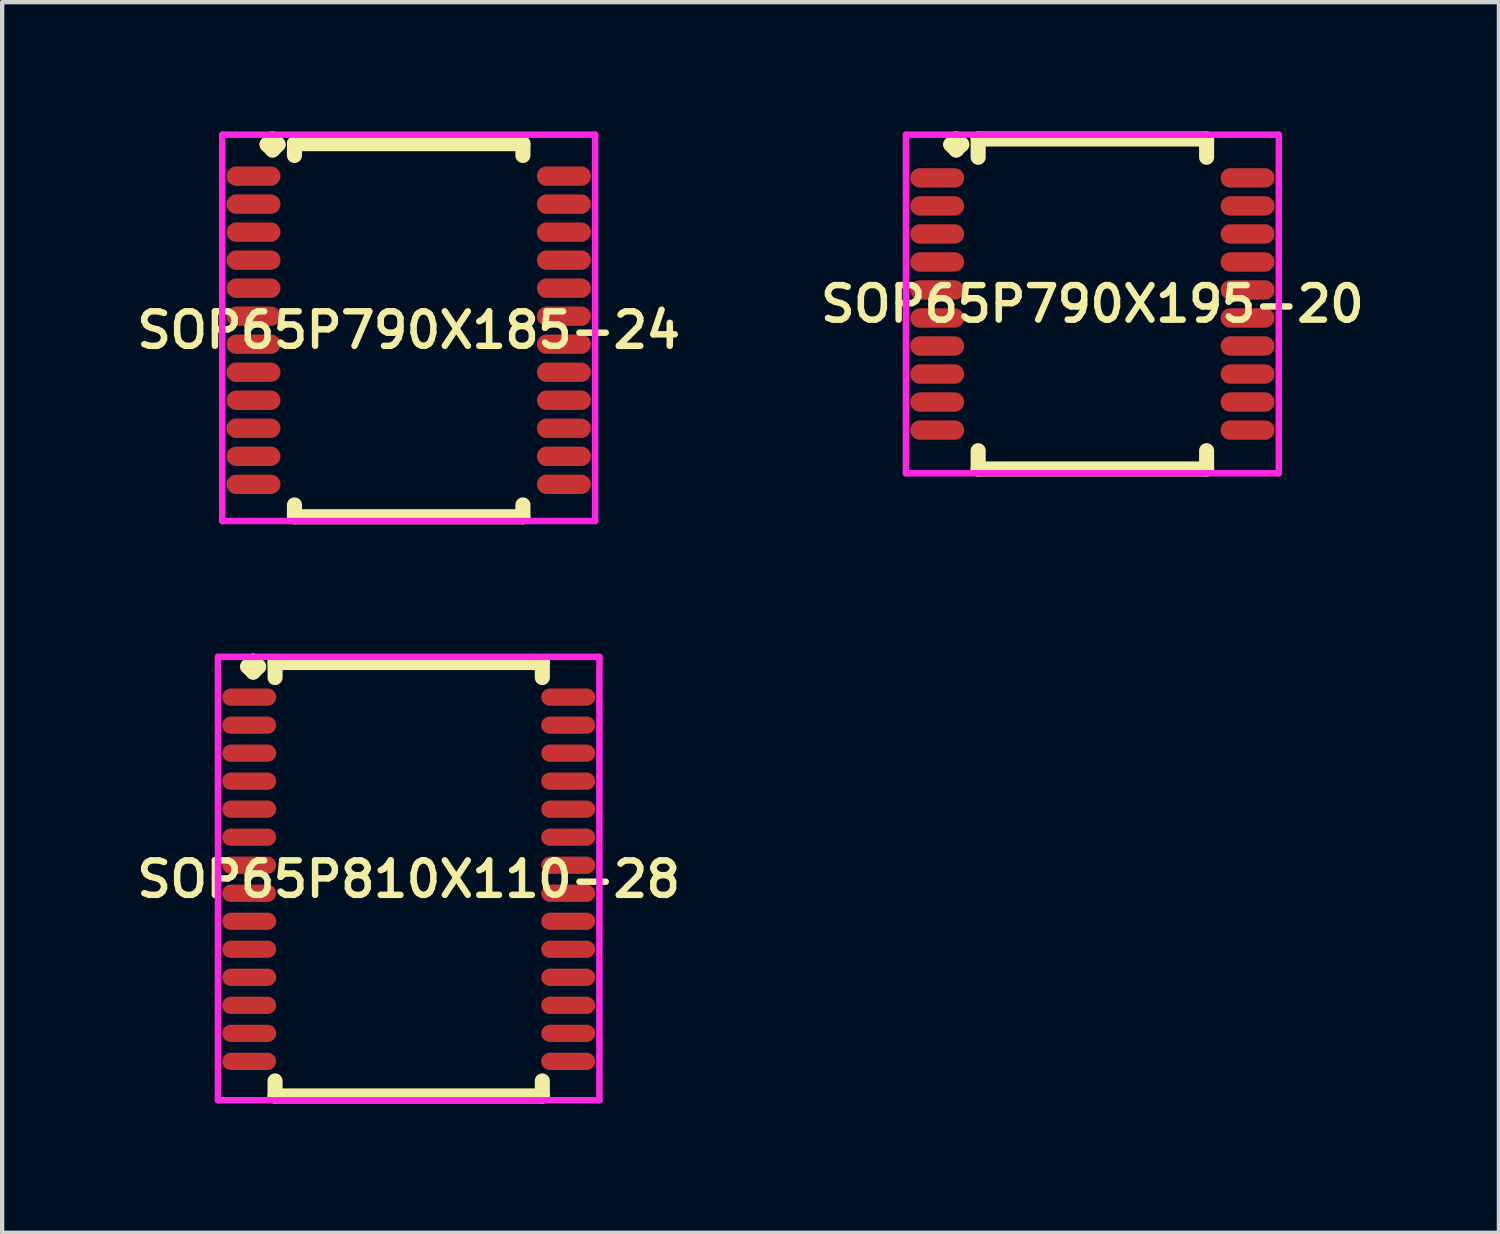
<source format=kicad_pcb>
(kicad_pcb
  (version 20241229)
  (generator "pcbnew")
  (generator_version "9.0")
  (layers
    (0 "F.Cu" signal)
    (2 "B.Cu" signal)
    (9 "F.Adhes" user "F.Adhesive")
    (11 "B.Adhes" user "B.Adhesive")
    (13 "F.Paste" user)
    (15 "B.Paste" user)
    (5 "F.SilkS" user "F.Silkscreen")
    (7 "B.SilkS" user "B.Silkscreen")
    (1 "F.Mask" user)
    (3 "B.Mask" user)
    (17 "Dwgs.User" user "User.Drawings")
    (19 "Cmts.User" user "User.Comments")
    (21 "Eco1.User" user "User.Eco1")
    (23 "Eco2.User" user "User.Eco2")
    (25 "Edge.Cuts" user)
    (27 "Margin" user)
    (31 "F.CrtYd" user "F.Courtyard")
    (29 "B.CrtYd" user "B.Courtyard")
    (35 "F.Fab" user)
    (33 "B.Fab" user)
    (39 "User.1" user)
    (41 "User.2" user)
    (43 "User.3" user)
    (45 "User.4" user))
  (footprint "SOP65P810X110-28"
    (layer "F.Cu")
    (at 6.431 17.347)
    (property "Reference" "SOP65P810X110-28" (at 0 0 0) (layer "F.SilkS") (effects (font (size 0.8 0.8) (thickness 0.15))))
    (attr smd)
    (fp_line (start -3.735 -4.933) (end -3.608 -5.06) (stroke (width 0.35) (type solid)) (layer "F.SilkS"))
    (fp_line (start -3.608 -5.06) (end -3.481 -4.933) (stroke (width 0.35) (type solid)) (layer "F.SilkS"))
    (fp_line (start -3.608 -4.806) (end -3.735 -4.933) (stroke (width 0.35) (type solid)) (layer "F.SilkS"))
    (fp_line (start -3.481 -4.933) (end -3.608 -4.806) (stroke (width 0.35) (type solid)) (layer "F.SilkS"))
    (fp_line (start -3.1 -5.027) (end 3.1 -5.027) (stroke (width 0.35) (type solid)) (layer "F.SilkS"))
    (fp_line (start -3.1 -4.679) (end -3.1 -5.027) (stroke (width 0.35) (type solid)) (layer "F.SilkS"))
    (fp_line (start -3.1 4.679) (end -3.1 5.027) (stroke (width 0.35) (type solid)) (layer "F.SilkS"))
    (fp_line (start -3.1 5.027) (end 3.1 5.027) (stroke (width 0.35) (type solid)) (layer "F.SilkS"))
    (fp_line (start 3.1 -5.027) (end 3.1 -4.679) (stroke (width 0.35) (type solid)) (layer "F.SilkS"))
    (fp_line (start 3.1 5.027) (end 3.1 4.679) (stroke (width 0.35) (type solid)) (layer "F.SilkS"))
    (fp_line (start -4.425 -5.16) (end 4.425 -5.16) (stroke (width 0.15) (type solid)) (layer "F.CrtYd"))
    (fp_line (start -4.425 5.127) (end -4.425 -5.16) (stroke (width 0.15) (type solid)) (layer "F.CrtYd"))
    (fp_line (start 4.425 -5.16) (end 4.425 5.127) (stroke (width 0.15) (type solid)) (layer "F.CrtYd"))
    (fp_line (start 4.425 5.127) (end -4.425 5.127) (stroke (width 0.15) (type solid)) (layer "F.CrtYd"))
    (pad "1" smd oval (at -3.7 -4.225) (size 1.25 0.4) (layers "F.Cu" "F.Mask" "F.Paste"))
    (pad "2" smd oval (at -3.7 -3.575) (size 1.25 0.4) (layers "F.Cu" "F.Mask" "F.Paste"))
    (pad "3" smd oval (at -3.7 -2.925) (size 1.25 0.4) (layers "F.Cu" "F.Mask" "F.Paste"))
    (pad "4" smd oval (at -3.7 -2.275) (size 1.25 0.4) (layers "F.Cu" "F.Mask" "F.Paste"))
    (pad "5" smd oval (at -3.7 -1.625) (size 1.25 0.4) (layers "F.Cu" "F.Mask" "F.Paste"))
    (pad "6" smd oval (at -3.7 -0.975) (size 1.25 0.4) (layers "F.Cu" "F.Mask" "F.Paste"))
    (pad "7" smd oval (at -3.7 -0.325) (size 1.25 0.4) (layers "F.Cu" "F.Mask" "F.Paste"))
    (pad "8" smd oval (at -3.7 0.325) (size 1.25 0.4) (layers "F.Cu" "F.Mask" "F.Paste"))
    (pad "9" smd oval (at -3.7 0.975) (size 1.25 0.4) (layers "F.Cu" "F.Mask" "F.Paste"))
    (pad "10" smd oval (at -3.7 1.625) (size 1.25 0.4) (layers "F.Cu" "F.Mask" "F.Paste"))
    (pad "11" smd oval (at -3.7 2.275) (size 1.25 0.4) (layers "F.Cu" "F.Mask" "F.Paste"))
    (pad "12" smd oval (at -3.7 2.925) (size 1.25 0.4) (layers "F.Cu" "F.Mask" "F.Paste"))
    (pad "13" smd oval (at -3.7 3.575) (size 1.25 0.4) (layers "F.Cu" "F.Mask" "F.Paste"))
    (pad "14" smd oval (at -3.7 4.225) (size 1.25 0.4) (layers "F.Cu" "F.Mask" "F.Paste"))
    (pad "15" smd oval (at 3.7 4.225) (size 1.25 0.4) (layers "F.Cu" "F.Mask" "F.Paste"))
    (pad "16" smd oval (at 3.7 3.575) (size 1.25 0.4) (layers "F.Cu" "F.Mask" "F.Paste"))
    (pad "17" smd oval (at 3.7 2.925) (size 1.25 0.4) (layers "F.Cu" "F.Mask" "F.Paste"))
    (pad "18" smd oval (at 3.7 2.275) (size 1.25 0.4) (layers "F.Cu" "F.Mask" "F.Paste"))
    (pad "19" smd oval (at 3.7 1.625) (size 1.25 0.4) (layers "F.Cu" "F.Mask" "F.Paste"))
    (pad "20" smd oval (at 3.7 0.975) (size 1.25 0.4) (layers "F.Cu" "F.Mask" "F.Paste"))
    (pad "21" smd oval (at 3.7 0.325) (size 1.25 0.4) (layers "F.Cu" "F.Mask" "F.Paste"))
    (pad "22" smd oval (at 3.7 -0.325) (size 1.25 0.4) (layers "F.Cu" "F.Mask" "F.Paste"))
    (pad "23" smd oval (at 3.7 -0.975) (size 1.25 0.4) (layers "F.Cu" "F.Mask" "F.Paste"))
    (pad "24" smd oval (at 3.7 -1.625) (size 1.25 0.4) (layers "F.Cu" "F.Mask" "F.Paste"))
    (pad "25" smd oval (at 3.7 -2.275) (size 1.25 0.4) (layers "F.Cu" "F.Mask" "F.Paste"))
    (pad "26" smd oval (at 3.7 -2.925) (size 1.25 0.4) (layers "F.Cu" "F.Mask" "F.Paste"))
    (pad "27" smd oval (at 3.7 -3.575) (size 1.25 0.4) (layers "F.Cu" "F.Mask" "F.Paste"))
    (pad "28" smd oval (at 3.7 -4.225) (size 1.25 0.4) (layers "F.Cu" "F.Mask" "F.Paste")))
  (footprint "SOP65P790X195-20"
    (layer "F.Cu")
    (at 22.292 4.002)
    (property "Reference" "SOP65P790X195-20" (at 0 0 0) (layer "F.SilkS") (effects (font (size 0.8 0.8) (thickness 0.15))))
    (attr smd)
    (fp_line (start -3.285 -3.7) (end -3.158 -3.827) (stroke (width 0.35) (type solid)) (layer "F.SilkS"))
    (fp_line (start -3.158 -3.827) (end -3.031 -3.7) (stroke (width 0.35) (type solid)) (layer "F.SilkS"))
    (fp_line (start -3.158 -3.573) (end -3.285 -3.7) (stroke (width 0.35) (type solid)) (layer "F.SilkS"))
    (fp_line (start -3.031 -3.7) (end -3.158 -3.573) (stroke (width 0.35) (type solid)) (layer "F.SilkS"))
    (fp_line (start -2.65 -3.827) (end 2.65 -3.827) (stroke (width 0.35) (type solid)) (layer "F.SilkS"))
    (fp_line (start -2.65 -3.404) (end -2.65 -3.827) (stroke (width 0.35) (type solid)) (layer "F.SilkS"))
    (fp_line (start -2.65 3.404) (end -2.65 3.827) (stroke (width 0.35) (type solid)) (layer "F.SilkS"))
    (fp_line (start -2.65 3.827) (end 2.65 3.827) (stroke (width 0.35) (type solid)) (layer "F.SilkS"))
    (fp_line (start 2.65 -3.827) (end 2.65 -3.404) (stroke (width 0.35) (type solid)) (layer "F.SilkS"))
    (fp_line (start 2.65 3.827) (end 2.65 3.404) (stroke (width 0.35) (type solid)) (layer "F.SilkS"))
    (fp_line (start -4.325 -3.927) (end 4.325 -3.927) (stroke (width 0.15) (type solid)) (layer "F.CrtYd"))
    (fp_line (start -4.325 3.927) (end -4.325 -3.927) (stroke (width 0.15) (type solid)) (layer "F.CrtYd"))
    (fp_line (start 4.325 -3.927) (end 4.325 3.927) (stroke (width 0.15) (type solid)) (layer "F.CrtYd"))
    (fp_line (start 4.325 3.927) (end -4.325 3.927) (stroke (width 0.15) (type solid)) (layer "F.CrtYd"))
    (pad "1" smd oval (at -3.6 -2.925) (size 1.25 0.45) (layers "F.Cu" "F.Mask" "F.Paste"))
    (pad "2" smd oval (at -3.6 -2.275) (size 1.25 0.45) (layers "F.Cu" "F.Mask" "F.Paste"))
    (pad "3" smd oval (at -3.6 -1.625) (size 1.25 0.45) (layers "F.Cu" "F.Mask" "F.Paste"))
    (pad "4" smd oval (at -3.6 -0.975) (size 1.25 0.45) (layers "F.Cu" "F.Mask" "F.Paste"))
    (pad "5" smd oval (at -3.6 -0.325) (size 1.25 0.45) (layers "F.Cu" "F.Mask" "F.Paste"))
    (pad "6" smd oval (at -3.6 0.325) (size 1.25 0.45) (layers "F.Cu" "F.Mask" "F.Paste"))
    (pad "7" smd oval (at -3.6 0.975) (size 1.25 0.45) (layers "F.Cu" "F.Mask" "F.Paste"))
    (pad "8" smd oval (at -3.6 1.625) (size 1.25 0.45) (layers "F.Cu" "F.Mask" "F.Paste"))
    (pad "9" smd oval (at -3.6 2.275) (size 1.25 0.45) (layers "F.Cu" "F.Mask" "F.Paste"))
    (pad "10" smd oval (at -3.6 2.925) (size 1.25 0.45) (layers "F.Cu" "F.Mask" "F.Paste"))
    (pad "11" smd oval (at 3.6 2.925) (size 1.25 0.45) (layers "F.Cu" "F.Mask" "F.Paste"))
    (pad "12" smd oval (at 3.6 2.275) (size 1.25 0.45) (layers "F.Cu" "F.Mask" "F.Paste"))
    (pad "13" smd oval (at 3.6 1.625) (size 1.25 0.45) (layers "F.Cu" "F.Mask" "F.Paste"))
    (pad "14" smd oval (at 3.6 0.975) (size 1.25 0.45) (layers "F.Cu" "F.Mask" "F.Paste"))
    (pad "15" smd oval (at 3.6 0.325) (size 1.25 0.45) (layers "F.Cu" "F.Mask" "F.Paste"))
    (pad "16" smd oval (at 3.6 -0.325) (size 1.25 0.45) (layers "F.Cu" "F.Mask" "F.Paste"))
    (pad "17" smd oval (at 3.6 -0.975) (size 1.25 0.45) (layers "F.Cu" "F.Mask" "F.Paste"))
    (pad "18" smd oval (at 3.6 -1.625) (size 1.25 0.45) (layers "F.Cu" "F.Mask" "F.Paste"))
    (pad "19" smd oval (at 3.6 -2.275) (size 1.25 0.45) (layers "F.Cu" "F.Mask" "F.Paste"))
    (pad "20" smd oval (at 3.6 -2.925) (size 1.25 0.45) (layers "F.Cu" "F.Mask" "F.Paste")))
  (footprint "SOP65P790X185-24"
    (layer "F.Cu")
    (at 6.431 4.61)
    (property "Reference" "SOP65P790X185-24" (at 0 0 0) (layer "F.SilkS") (effects (font (size 0.8 0.8) (thickness 0.15))))
    (attr smd)
    (fp_line (start -3.285 -4.308) (end -3.158 -4.435) (stroke (width 0.35) (type solid)) (layer "F.SilkS"))
    (fp_line (start -3.158 -4.435) (end -3.031 -4.308) (stroke (width 0.35) (type solid)) (layer "F.SilkS"))
    (fp_line (start -3.158 -4.181) (end -3.285 -4.308) (stroke (width 0.35) (type solid)) (layer "F.SilkS"))
    (fp_line (start -3.031 -4.308) (end -3.158 -4.181) (stroke (width 0.35) (type solid)) (layer "F.SilkS"))
    (fp_line (start -2.65 -4.327) (end 2.65 -4.327) (stroke (width 0.35) (type solid)) (layer "F.SilkS"))
    (fp_line (start -2.65 -4.054) (end -2.65 -4.327) (stroke (width 0.35) (type solid)) (layer "F.SilkS"))
    (fp_line (start -2.65 4.054) (end -2.65 4.327) (stroke (width 0.35) (type solid)) (layer "F.SilkS"))
    (fp_line (start -2.65 4.327) (end 2.65 4.327) (stroke (width 0.35) (type solid)) (layer "F.SilkS"))
    (fp_line (start 2.65 -4.327) (end 2.65 -4.054) (stroke (width 0.35) (type solid)) (layer "F.SilkS"))
    (fp_line (start 2.65 4.327) (end 2.65 4.054) (stroke (width 0.35) (type solid)) (layer "F.SilkS"))
    (fp_line (start -4.325 -4.535) (end 4.325 -4.535) (stroke (width 0.15) (type solid)) (layer "F.CrtYd"))
    (fp_line (start -4.325 4.427) (end -4.325 -4.535) (stroke (width 0.15) (type solid)) (layer "F.CrtYd"))
    (fp_line (start 4.325 -4.535) (end 4.325 4.427) (stroke (width 0.15) (type solid)) (layer "F.CrtYd"))
    (fp_line (start 4.325 4.427) (end -4.325 4.427) (stroke (width 0.15) (type solid)) (layer "F.CrtYd"))
    (pad "1" smd oval (at -3.6 -3.575) (size 1.25 0.45) (layers "F.Cu" "F.Mask" "F.Paste"))
    (pad "2" smd oval (at -3.6 -2.925) (size 1.25 0.45) (layers "F.Cu" "F.Mask" "F.Paste"))
    (pad "3" smd oval (at -3.6 -2.275) (size 1.25 0.45) (layers "F.Cu" "F.Mask" "F.Paste"))
    (pad "4" smd oval (at -3.6 -1.625) (size 1.25 0.45) (layers "F.Cu" "F.Mask" "F.Paste"))
    (pad "5" smd oval (at -3.6 -0.975) (size 1.25 0.45) (layers "F.Cu" "F.Mask" "F.Paste"))
    (pad "6" smd oval (at -3.6 -0.325) (size 1.25 0.45) (layers "F.Cu" "F.Mask" "F.Paste"))
    (pad "7" smd oval (at -3.6 0.325) (size 1.25 0.45) (layers "F.Cu" "F.Mask" "F.Paste"))
    (pad "8" smd oval (at -3.6 0.975) (size 1.25 0.45) (layers "F.Cu" "F.Mask" "F.Paste"))
    (pad "9" smd oval (at -3.6 1.625) (size 1.25 0.45) (layers "F.Cu" "F.Mask" "F.Paste"))
    (pad "10" smd oval (at -3.6 2.275) (size 1.25 0.45) (layers "F.Cu" "F.Mask" "F.Paste"))
    (pad "11" smd oval (at -3.6 2.925) (size 1.25 0.45) (layers "F.Cu" "F.Mask" "F.Paste"))
    (pad "12" smd oval (at -3.6 3.575) (size 1.25 0.45) (layers "F.Cu" "F.Mask" "F.Paste"))
    (pad "13" smd oval (at 3.6 3.575) (size 1.25 0.45) (layers "F.Cu" "F.Mask" "F.Paste"))
    (pad "14" smd oval (at 3.6 2.925) (size 1.25 0.45) (layers "F.Cu" "F.Mask" "F.Paste"))
    (pad "15" smd oval (at 3.6 2.275) (size 1.25 0.45) (layers "F.Cu" "F.Mask" "F.Paste"))
    (pad "16" smd oval (at 3.6 1.625) (size 1.25 0.45) (layers "F.Cu" "F.Mask" "F.Paste"))
    (pad "17" smd oval (at 3.6 0.975) (size 1.25 0.45) (layers "F.Cu" "F.Mask" "F.Paste"))
    (pad "18" smd oval (at 3.6 0.325) (size 1.25 0.45) (layers "F.Cu" "F.Mask" "F.Paste"))
    (pad "19" smd oval (at 3.6 -0.325) (size 1.25 0.45) (layers "F.Cu" "F.Mask" "F.Paste"))
    (pad "20" smd oval (at 3.6 -0.975) (size 1.25 0.45) (layers "F.Cu" "F.Mask" "F.Paste"))
    (pad "21" smd oval (at 3.6 -1.625) (size 1.25 0.45) (layers "F.Cu" "F.Mask" "F.Paste"))
    (pad "22" smd oval (at 3.6 -2.275) (size 1.25 0.45) (layers "F.Cu" "F.Mask" "F.Paste"))
    (pad "23" smd oval (at 3.6 -2.925) (size 1.25 0.45) (layers "F.Cu" "F.Mask" "F.Paste"))
    (pad "24" smd oval (at 3.6 -3.575) (size 1.25 0.45) (layers "F.Cu" "F.Mask" "F.Paste")))
  (gr_rect
    (start -3 -3)
    (end 31.723 25.549)
    (stroke (width 0.1) (type default))
    (fill no)
    (layer "Edge.Cuts")))
</source>
